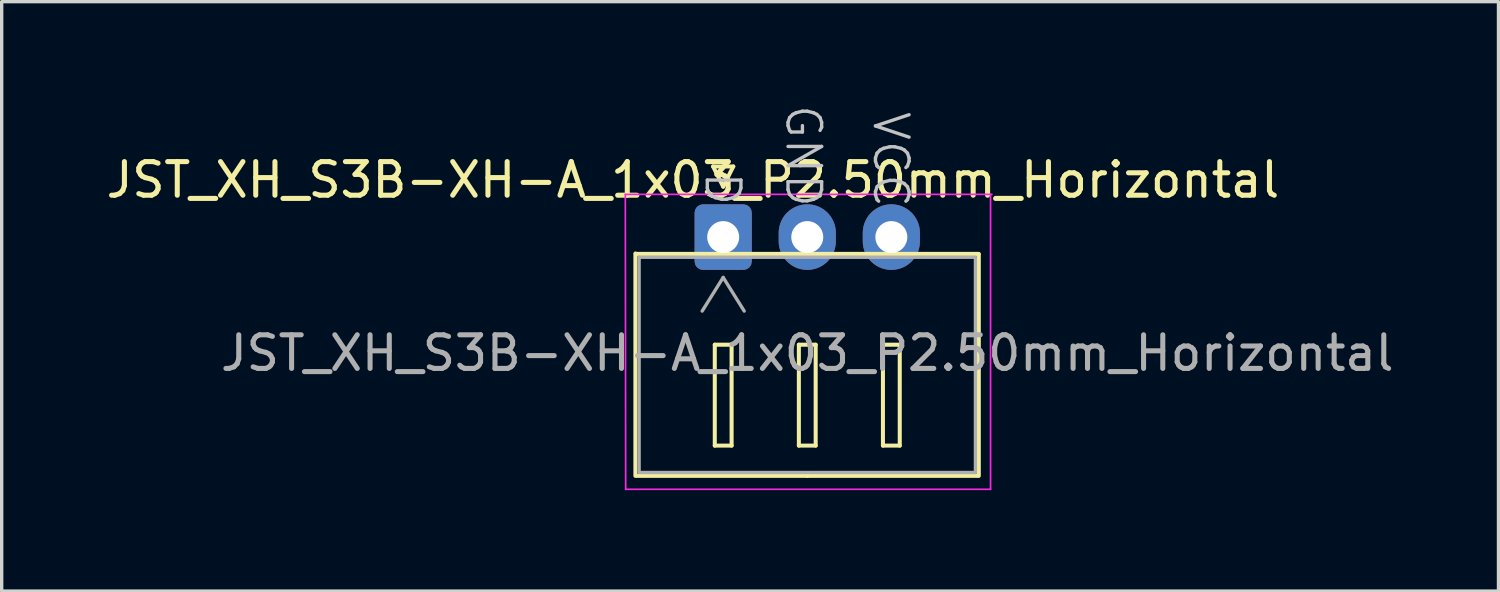
<source format=kicad_pcb>
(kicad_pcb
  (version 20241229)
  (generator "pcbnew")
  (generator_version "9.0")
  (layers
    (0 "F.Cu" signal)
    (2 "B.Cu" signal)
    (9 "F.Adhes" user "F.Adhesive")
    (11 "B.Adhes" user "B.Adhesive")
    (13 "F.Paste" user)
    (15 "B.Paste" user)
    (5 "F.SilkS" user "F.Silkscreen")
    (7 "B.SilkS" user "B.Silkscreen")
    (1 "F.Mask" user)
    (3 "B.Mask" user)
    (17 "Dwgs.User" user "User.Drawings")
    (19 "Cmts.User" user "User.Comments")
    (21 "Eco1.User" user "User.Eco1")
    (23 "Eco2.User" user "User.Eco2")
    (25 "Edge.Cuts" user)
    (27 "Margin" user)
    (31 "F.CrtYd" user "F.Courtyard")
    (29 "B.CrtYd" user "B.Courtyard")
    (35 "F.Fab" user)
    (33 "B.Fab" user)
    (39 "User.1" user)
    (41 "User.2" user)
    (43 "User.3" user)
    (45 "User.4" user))
  (footprint "JST_XH_S3B-XH-A_1x03_P2.50mm_Horizontal"
    (layer "F.Cu")
    (at 18.454 4)
    (property "Reference" "JST_XH_S3B-XH-A_1x03_P2.50mm_Horizontal" (at -0.9 -1.7 0) (layer "F.SilkS") (effects (font (size 1 1) (thickness 0.15))))
    (attr through_hole)
    (fp_line (start -2.61 7.1) (end -2.61 0.488) (stroke (width 0.12) (type solid)) (layer "F.SilkS"))
    (fp_line (start -0.3 -2.1) (end 0.3 -2.1) (stroke (width 0.12) (type solid)) (layer "F.SilkS"))
    (fp_line (start -0.25 3.2) (end -0.25 6.2) (stroke (width 0.12) (type solid)) (layer "F.SilkS"))
    (fp_line (start -0.25 6.2) (end 0.25 6.2) (stroke (width 0.12) (type solid)) (layer "F.SilkS"))
    (fp_line (start 0 -1.5) (end -0.3 -2.1) (stroke (width 0.12) (type solid)) (layer "F.SilkS"))
    (fp_line (start 0.25 3.2) (end -0.25 3.2) (stroke (width 0.12) (type solid)) (layer "F.SilkS"))
    (fp_line (start 0.25 6.2) (end 0.25 3.2) (stroke (width 0.12) (type solid)) (layer "F.SilkS"))
    (fp_line (start 0.3 -2.1) (end 0 -1.5) (stroke (width 0.12) (type solid)) (layer "F.SilkS"))
    (fp_line (start 2.25 3.2) (end 2.25 6.2) (stroke (width 0.12) (type solid)) (layer "F.SilkS"))
    (fp_line (start 2.25 6.2) (end 2.75 6.2) (stroke (width 0.12) (type solid)) (layer "F.SilkS"))
    (fp_line (start 2.5 7.1) (end -2.56 7.1) (stroke (width 0.12) (type solid)) (layer "F.SilkS"))
    (fp_line (start 2.5 7.1) (end 7.56 7.1) (stroke (width 0.12) (type solid)) (layer "F.SilkS"))
    (fp_line (start 2.75 3.2) (end 2.25 3.2) (stroke (width 0.12) (type solid)) (layer "F.SilkS"))
    (fp_line (start 2.75 6.2) (end 2.75 3.2) (stroke (width 0.12) (type solid)) (layer "F.SilkS"))
    (fp_line (start 4.75 3.2) (end 4.75 6.2) (stroke (width 0.12) (type solid)) (layer "F.SilkS"))
    (fp_line (start 4.75 6.2) (end 5.25 6.2) (stroke (width 0.12) (type solid)) (layer "F.SilkS"))
    (fp_line (start 5.25 3.2) (end 4.75 3.2) (stroke (width 0.12) (type solid)) (layer "F.SilkS"))
    (fp_line (start 5.25 6.2) (end 5.25 3.2) (stroke (width 0.12) (type solid)) (layer "F.SilkS"))
    (fp_line (start 7.6 0.5) (end -2.6 0.5) (stroke (width 0.12) (type solid)) (layer "F.SilkS"))
    (fp_line (start 7.6 7.1) (end 7.6 0.523) (stroke (width 0.12) (type solid)) (layer "F.SilkS"))
    (fp_line (start -2.91 -1.27) (end -2.9 7.5) (stroke (width 0.05) (type solid)) (layer "F.CrtYd"))
    (fp_line (start -2.9 7.5) (end 7.95 7.5) (stroke (width 0.05) (type solid)) (layer "F.CrtYd"))
    (fp_line (start 7.95 7.5) (end 7.95 -1.27) (stroke (width 0.05) (type solid)) (layer "F.CrtYd"))
    (fp_line (start 7.99 -1.27) (end -2.91 -1.27) (stroke (width 0.05) (type solid)) (layer "F.CrtYd"))
    (fp_line (start -2.5 7) (end -2.5 0.6) (stroke (width 0.1) (type solid)) (layer "F.Fab"))
    (fp_line (start -0.625 2.2) (end 0 1.2) (stroke (width 0.1) (type solid)) (layer "F.Fab"))
    (fp_line (start 0 1.2) (end 0.625 2.2) (stroke (width 0.1) (type solid)) (layer "F.Fab"))
    (fp_line (start 7.45 0.6) (end -2.5 0.6) (stroke (width 0.1) (type solid)) (layer "F.Fab"))
    (fp_line (start 7.5 7) (end -2.45 7) (stroke (width 0.1) (type solid)) (layer "F.Fab"))
    (fp_line (start 7.5 7) (end 7.5 0.6) (stroke (width 0.1) (type solid)) (layer "F.Fab"))
    (fp_text user "GND" (at 1.8 -4 270) (unlocked yes) (layer "Dwgs.User") (effects (font (size 1 1) (thickness 0.1)) (justify left bottom)))
    (fp_text user "VCC" (at 4.4 -3.8 270) (unlocked yes) (layer "Dwgs.User") (effects (font (size 1 1) (thickness 0.1)) (justify left bottom)))
    (fp_text user "D" (at -0.6 -2 270) (unlocked yes) (layer "Dwgs.User") (effects (font (size 1 1) (thickness 0.1)) (justify left bottom)))
    (fp_text user "${REFERENCE}" (at 2.5 3.45 0) (layer "F.Fab") (effects (font (size 1 1) (thickness 0.15))))
    (pad "1" thru_hole roundrect (at 0 0) (size 1.7 1.95) (drill 0.95) (layers "*.Cu" "*.Mask") (roundrect_rratio 0.147))
    (pad "2" thru_hole oval (at 2.5 0) (size 1.7 1.95) (drill 0.95) (layers "*.Cu" "*.Mask"))
    (pad "3" thru_hole oval (at 5 0) (size 1.7 1.95) (drill 0.95) (layers "*.Cu" "*.Mask")))
  (gr_rect
    (start -3 -3)
    (end 41.507 14.525)
    (stroke (width 0.1) (type default))
    (fill no)
    (layer "Edge.Cuts")))
</source>
